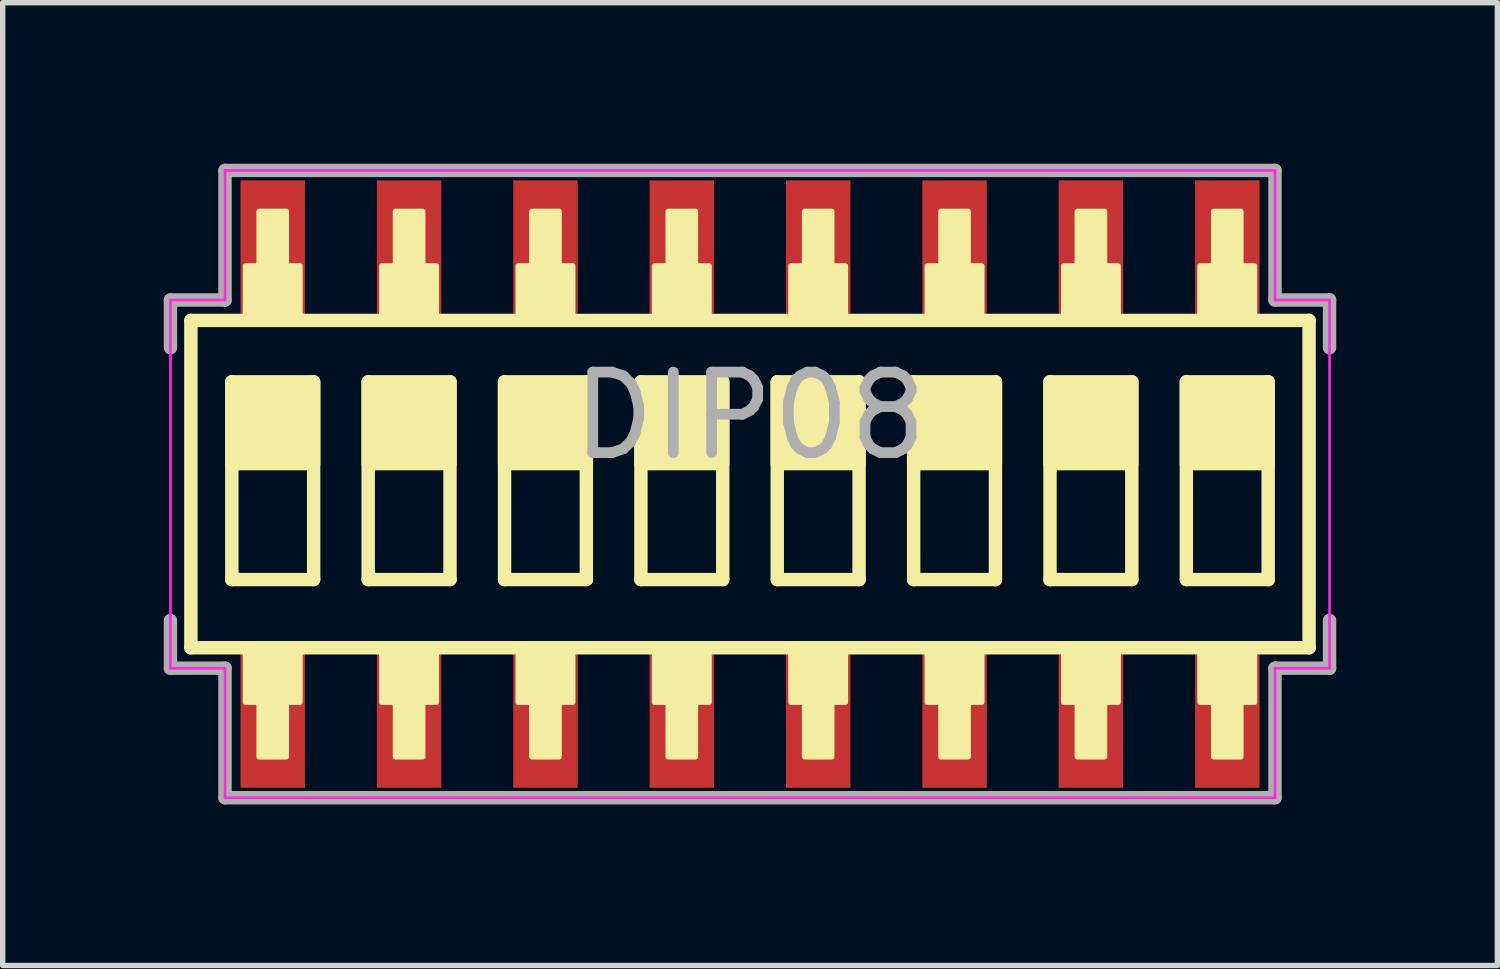
<source format=kicad_pcb>
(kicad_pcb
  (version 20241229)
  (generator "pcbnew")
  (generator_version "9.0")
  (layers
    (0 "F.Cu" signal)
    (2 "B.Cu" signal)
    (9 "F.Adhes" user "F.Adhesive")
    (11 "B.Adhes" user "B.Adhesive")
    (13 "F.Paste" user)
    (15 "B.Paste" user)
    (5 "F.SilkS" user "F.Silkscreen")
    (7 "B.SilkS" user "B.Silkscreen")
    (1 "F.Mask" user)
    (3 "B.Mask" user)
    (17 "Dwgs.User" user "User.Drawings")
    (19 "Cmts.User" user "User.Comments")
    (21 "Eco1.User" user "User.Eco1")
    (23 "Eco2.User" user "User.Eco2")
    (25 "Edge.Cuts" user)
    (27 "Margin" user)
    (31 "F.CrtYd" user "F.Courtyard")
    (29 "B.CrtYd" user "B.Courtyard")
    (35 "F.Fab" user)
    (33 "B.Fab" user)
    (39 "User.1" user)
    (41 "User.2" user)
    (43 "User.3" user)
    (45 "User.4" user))
  (footprint "DIP08"
    (layer "F.Cu")
    (at 10.92 5.967)
    (property "Reference" "DIP08" (at 0 -1.27 180) (layer "F.Fab") (effects (font (size 1.5 1.5) (thickness 0.2))))
    (attr through_hole)
    (fp_line (start -10.414 -3.048) (end -10.414 3.048) (stroke (width 0.25) (type solid)) (layer "F.SilkS"))
    (fp_line (start -10.414 3.048) (end 10.414 3.048) (stroke (width 0.25) (type solid)) (layer "F.SilkS"))
    (fp_line (start -9.652 1.778) (end -9.652 -1.905) (stroke (width 0.25) (type solid)) (layer "F.SilkS"))
    (fp_line (start -9.652 1.778) (end -8.128 1.778) (stroke (width 0.25) (type solid)) (layer "F.SilkS"))
    (fp_line (start -8.128 -1.905) (end -8.128 1.778) (stroke (width 0.25) (type solid)) (layer "F.SilkS"))
    (fp_line (start -7.112 1.778) (end -7.112 -1.905) (stroke (width 0.25) (type solid)) (layer "F.SilkS"))
    (fp_line (start -7.112 1.778) (end -5.588 1.778) (stroke (width 0.25) (type solid)) (layer "F.SilkS"))
    (fp_line (start -5.588 -1.905) (end -5.588 1.778) (stroke (width 0.25) (type solid)) (layer "F.SilkS"))
    (fp_line (start -4.572 1.778) (end -4.572 -1.905) (stroke (width 0.25) (type solid)) (layer "F.SilkS"))
    (fp_line (start -4.572 1.778) (end -3.048 1.778) (stroke (width 0.25) (type solid)) (layer "F.SilkS"))
    (fp_line (start -3.048 -1.905) (end -3.048 1.778) (stroke (width 0.25) (type solid)) (layer "F.SilkS"))
    (fp_line (start -2.032 1.778) (end -2.032 -1.905) (stroke (width 0.25) (type solid)) (layer "F.SilkS"))
    (fp_line (start -2.032 1.778) (end -0.508 1.778) (stroke (width 0.25) (type solid)) (layer "F.SilkS"))
    (fp_line (start -0.508 -1.905) (end -0.508 1.778) (stroke (width 0.25) (type solid)) (layer "F.SilkS"))
    (fp_line (start 0.508 1.778) (end 0.508 -1.905) (stroke (width 0.25) (type solid)) (layer "F.SilkS"))
    (fp_line (start 0.508 1.778) (end 2.032 1.778) (stroke (width 0.25) (type solid)) (layer "F.SilkS"))
    (fp_line (start 2.032 -1.905) (end 2.032 1.778) (stroke (width 0.25) (type solid)) (layer "F.SilkS"))
    (fp_line (start 3.048 1.778) (end 3.048 -1.905) (stroke (width 0.25) (type solid)) (layer "F.SilkS"))
    (fp_line (start 3.048 1.778) (end 4.572 1.778) (stroke (width 0.25) (type solid)) (layer "F.SilkS"))
    (fp_line (start 4.572 -1.905) (end 4.572 1.778) (stroke (width 0.25) (type solid)) (layer "F.SilkS"))
    (fp_line (start 5.588 1.778) (end 5.588 -1.905) (stroke (width 0.25) (type solid)) (layer "F.SilkS"))
    (fp_line (start 5.588 1.778) (end 7.112 1.778) (stroke (width 0.25) (type solid)) (layer "F.SilkS"))
    (fp_line (start 7.112 -1.905) (end 7.112 1.778) (stroke (width 0.25) (type solid)) (layer "F.SilkS"))
    (fp_line (start 8.128 1.778) (end 8.128 -1.905) (stroke (width 0.25) (type solid)) (layer "F.SilkS"))
    (fp_line (start 8.128 1.778) (end 9.652 1.778) (stroke (width 0.25) (type solid)) (layer "F.SilkS"))
    (fp_line (start 9.652 -1.905) (end 9.652 1.778) (stroke (width 0.25) (type solid)) (layer "F.SilkS"))
    (fp_line (start 10.414 -3.048) (end -10.414 -3.048) (stroke (width 0.25) (type solid)) (layer "F.SilkS"))
    (fp_line (start 10.414 -3.048) (end 10.414 3.048) (stroke (width 0.25) (type solid)) (layer "F.SilkS"))
    (fp_poly (pts (xy -8.128 -0.381) (xy -9.652 -0.381) (xy -9.652 -1.905) (xy -8.128 -1.905)) (stroke (width 0.25) (type solid)) (fill yes) (layer "F.SilkS"))
    (fp_poly (pts (xy -5.588 -0.381) (xy -7.112 -0.381) (xy -7.112 -1.905) (xy -5.588 -1.905)) (stroke (width 0.25) (type solid)) (fill yes) (layer "F.SilkS"))
    (fp_poly (pts (xy -3.048 -0.381) (xy -4.572 -0.381) (xy -4.572 -1.905) (xy -3.048 -1.905)) (stroke (width 0.25) (type solid)) (fill yes) (layer "F.SilkS"))
    (fp_poly (pts (xy -0.508 -0.381) (xy -2.032 -0.381) (xy -2.032 -1.905) (xy -0.508 -1.905)) (stroke (width 0.25) (type solid)) (fill yes) (layer "F.SilkS"))
    (fp_poly (pts (xy 2.032 -0.381) (xy 0.508 -0.381) (xy 0.508 -1.905) (xy 2.032 -1.905)) (stroke (width 0.25) (type solid)) (fill yes) (layer "F.SilkS"))
    (fp_poly (pts (xy 4.572 -0.381) (xy 3.048 -0.381) (xy 3.048 -1.905) (xy 4.572 -1.905)) (stroke (width 0.25) (type solid)) (fill yes) (layer "F.SilkS"))
    (fp_poly (pts (xy 7.112 -0.381) (xy 5.588 -0.381) (xy 5.588 -1.905) (xy 7.112 -1.905)) (stroke (width 0.25) (type solid)) (fill yes) (layer "F.SilkS"))
    (fp_poly (pts (xy 9.652 -0.381) (xy 8.128 -0.381) (xy 8.128 -1.905) (xy 9.652 -1.905)) (stroke (width 0.25) (type solid)) (fill yes) (layer "F.SilkS"))
    (fp_poly (pts (xy -9.144 4.064) (xy -9.398 4.064) (xy -9.398 3.048) (xy -8.382 3.048) (xy -8.382 4.064) (xy -8.636 4.064) (xy -8.636 5.08) (xy -9.144 5.08)) (stroke (width 0.1) (type solid)) (fill yes) (layer "F.SilkS"))
    (fp_poly (pts (xy -8.636 -4.064) (xy -8.382 -4.064) (xy -8.382 -3.048) (xy -9.398 -3.048) (xy -9.398 -4.064) (xy -9.144 -4.064) (xy -9.144 -5.08) (xy -8.636 -5.08)) (stroke (width 0.1) (type solid)) (fill yes) (layer "F.SilkS"))
    (fp_poly (pts (xy -6.604 4.064) (xy -6.858 4.064) (xy -6.858 3.048) (xy -5.842 3.048) (xy -5.842 4.064) (xy -6.096 4.064) (xy -6.096 5.08) (xy -6.604 5.08)) (stroke (width 0.1) (type solid)) (fill yes) (layer "F.SilkS"))
    (fp_poly (pts (xy -6.096 -4.064) (xy -5.842 -4.064) (xy -5.842 -3.048) (xy -6.858 -3.048) (xy -6.858 -4.064) (xy -6.604 -4.064) (xy -6.604 -5.08) (xy -6.096 -5.08)) (stroke (width 0.1) (type solid)) (fill yes) (layer "F.SilkS"))
    (fp_poly (pts (xy -4.064 4.064) (xy -4.318 4.064) (xy -4.318 3.048) (xy -3.302 3.048) (xy -3.302 4.064) (xy -3.556 4.064) (xy -3.556 5.08) (xy -4.064 5.08)) (stroke (width 0.1) (type solid)) (fill yes) (layer "F.SilkS"))
    (fp_poly (pts (xy -3.556 -4.064) (xy -3.302 -4.064) (xy -3.302 -3.048) (xy -4.318 -3.048) (xy -4.318 -4.064) (xy -4.064 -4.064) (xy -4.064 -5.08) (xy -3.556 -5.08)) (stroke (width 0.1) (type solid)) (fill yes) (layer "F.SilkS"))
    (fp_poly (pts (xy -1.524 4.064) (xy -1.778 4.064) (xy -1.778 3.048) (xy -0.762 3.048) (xy -0.762 4.064) (xy -1.016 4.064) (xy -1.016 5.08) (xy -1.524 5.08)) (stroke (width 0.1) (type solid)) (fill yes) (layer "F.SilkS"))
    (fp_poly (pts (xy -1.016 -4.064) (xy -0.762 -4.064) (xy -0.762 -3.048) (xy -1.778 -3.048) (xy -1.778 -4.064) (xy -1.524 -4.064) (xy -1.524 -5.08) (xy -1.016 -5.08)) (stroke (width 0.1) (type solid)) (fill yes) (layer "F.SilkS"))
    (fp_poly (pts (xy 1.016 4.064) (xy 0.762 4.064) (xy 0.762 3.048) (xy 1.778 3.048) (xy 1.778 4.064) (xy 1.524 4.064) (xy 1.524 5.08) (xy 1.016 5.08)) (stroke (width 0.1) (type solid)) (fill yes) (layer "F.SilkS"))
    (fp_poly (pts (xy 1.524 -4.064) (xy 1.778 -4.064) (xy 1.778 -3.048) (xy 0.762 -3.048) (xy 0.762 -4.064) (xy 1.016 -4.064) (xy 1.016 -5.08) (xy 1.524 -5.08)) (stroke (width 0.1) (type solid)) (fill yes) (layer "F.SilkS"))
    (fp_poly (pts (xy 3.556 4.064) (xy 3.302 4.064) (xy 3.302 3.048) (xy 4.318 3.048) (xy 4.318 4.064) (xy 4.064 4.064) (xy 4.064 5.08) (xy 3.556 5.08)) (stroke (width 0.1) (type solid)) (fill yes) (layer "F.SilkS"))
    (fp_poly (pts (xy 4.064 -4.064) (xy 4.318 -4.064) (xy 4.318 -3.048) (xy 3.302 -3.048) (xy 3.302 -4.064) (xy 3.556 -4.064) (xy 3.556 -5.08) (xy 4.064 -5.08)) (stroke (width 0.1) (type solid)) (fill yes) (layer "F.SilkS"))
    (fp_poly (pts (xy 6.096 4.064) (xy 5.842 4.064) (xy 5.842 3.048) (xy 6.858 3.048) (xy 6.858 4.064) (xy 6.604 4.064) (xy 6.604 5.08) (xy 6.096 5.08)) (stroke (width 0.1) (type solid)) (fill yes) (layer "F.SilkS"))
    (fp_poly (pts (xy 6.604 -4.064) (xy 6.858 -4.064) (xy 6.858 -3.048) (xy 5.842 -3.048) (xy 5.842 -4.064) (xy 6.096 -4.064) (xy 6.096 -5.08) (xy 6.604 -5.08)) (stroke (width 0.1) (type solid)) (fill yes) (layer "F.SilkS"))
    (fp_poly (pts (xy 8.636 4.064) (xy 8.382 4.064) (xy 8.382 3.048) (xy 9.398 3.048) (xy 9.398 4.064) (xy 9.144 4.064) (xy 9.144 5.08) (xy 8.636 5.08)) (stroke (width 0.1) (type solid)) (fill yes) (layer "F.SilkS"))
    (fp_poly (pts (xy 9.144 -4.064) (xy 9.398 -4.064) (xy 9.398 -3.048) (xy 8.382 -3.048) (xy 8.382 -4.064) (xy 8.636 -4.064) (xy 8.636 -5.08) (xy 9.144 -5.08)) (stroke (width 0.1) (type solid)) (fill yes) (layer "F.SilkS"))
    (fp_line (start -10.795 3.429) (end -10.795 -3.429) (stroke (width 0.05) (type solid)) (layer "F.CrtYd"))
    (fp_line (start -9.779 -3.429) (end -10.795 -3.429) (stroke (width 0.05) (type solid)) (layer "F.CrtYd"))
    (fp_line (start -9.779 -3.429) (end -9.779 -5.842) (stroke (width 0.05) (type solid)) (layer "F.CrtYd"))
    (fp_line (start -9.779 3.429) (end -10.795 3.429) (stroke (width 0.05) (type solid)) (layer "F.CrtYd"))
    (fp_line (start -9.779 5.842) (end -9.779 3.429) (stroke (width 0.05) (type solid)) (layer "F.CrtYd"))
    (fp_line (start 9.779 -5.842) (end -9.779 -5.842) (stroke (width 0.05) (type solid)) (layer "F.CrtYd"))
    (fp_line (start 9.779 -3.429) (end 9.779 -5.842) (stroke (width 0.05) (type solid)) (layer "F.CrtYd"))
    (fp_line (start 9.779 5.842) (end -9.779 5.842) (stroke (width 0.05) (type solid)) (layer "F.CrtYd"))
    (fp_line (start 9.779 5.842) (end 9.779 3.429) (stroke (width 0.05) (type solid)) (layer "F.CrtYd"))
    (fp_line (start 10.795 -3.429) (end 9.779 -3.429) (stroke (width 0.05) (type solid)) (layer "F.CrtYd"))
    (fp_line (start 10.795 3.429) (end 9.779 3.429) (stroke (width 0.05) (type solid)) (layer "F.CrtYd"))
    (fp_line (start 10.795 3.429) (end 10.795 -3.429) (stroke (width 0.05) (type solid)) (layer "F.CrtYd"))
    (fp_line (start -10.795 -3.429) (end -10.795 -2.54) (stroke (width 0.25) (type solid)) (layer "F.Fab"))
    (fp_line (start -10.795 2.54) (end -10.795 3.429) (stroke (width 0.25) (type solid)) (layer "F.Fab"))
    (fp_line (start -9.779 -5.842) (end -9.779 -3.429) (stroke (width 0.25) (type solid)) (layer "F.Fab"))
    (fp_line (start -9.779 -5.842) (end 9.779 -5.842) (stroke (width 0.25) (type solid)) (layer "F.Fab"))
    (fp_line (start -9.779 -3.429) (end -10.795 -3.429) (stroke (width 0.25) (type solid)) (layer "F.Fab"))
    (fp_line (start -9.779 3.429) (end -10.795 3.429) (stroke (width 0.25) (type solid)) (layer "F.Fab"))
    (fp_line (start -9.779 3.429) (end -9.779 5.842) (stroke (width 0.25) (type solid)) (layer "F.Fab"))
    (fp_line (start -9.779 5.842) (end 9.779 5.842) (stroke (width 0.25) (type solid)) (layer "F.Fab"))
    (fp_line (start 9.779 -5.842) (end 9.779 -3.429) (stroke (width 0.25) (type solid)) (layer "F.Fab"))
    (fp_line (start 9.779 3.429) (end 9.779 5.842) (stroke (width 0.25) (type solid)) (layer "F.Fab"))
    (fp_line (start 10.795 -3.429) (end 9.779 -3.429) (stroke (width 0.25) (type solid)) (layer "F.Fab"))
    (fp_line (start 10.795 -3.429) (end 10.795 -2.54) (stroke (width 0.25) (type solid)) (layer "F.Fab"))
    (fp_line (start 10.795 2.54) (end 10.795 3.429) (stroke (width 0.25) (type solid)) (layer "F.Fab"))
    (fp_line (start 10.795 3.429) (end 9.779 3.429) (stroke (width 0.25) (type solid)) (layer "F.Fab"))
    (pad "1" smd rect (at -8.89 4.407) (size 1.2 2.5) (layers "F.Cu" "F.Mask" "F.Paste"))
    (pad "2" smd rect (at -8.89 -4.407) (size 1.2 2.5) (layers "F.Cu" "F.Mask" "F.Paste"))
    (pad "3" smd rect (at -6.35 4.407) (size 1.2 2.5) (layers "F.Cu" "F.Mask" "F.Paste"))
    (pad "4" smd rect (at -6.35 -4.407) (size 1.2 2.5) (layers "F.Cu" "F.Mask" "F.Paste"))
    (pad "5" smd rect (at -3.81 4.407) (size 1.2 2.5) (layers "F.Cu" "F.Mask" "F.Paste"))
    (pad "6" smd rect (at -3.81 -4.407) (size 1.2 2.5) (layers "F.Cu" "F.Mask" "F.Paste"))
    (pad "7" smd rect (at -1.27 4.407) (size 1.2 2.5) (layers "F.Cu" "F.Mask" "F.Paste"))
    (pad "8" smd rect (at -1.27 -4.407) (size 1.2 2.5) (layers "F.Cu" "F.Mask" "F.Paste"))
    (pad "9" smd rect (at 1.27 4.407) (size 1.2 2.5) (layers "F.Cu" "F.Mask" "F.Paste"))
    (pad "10" smd rect (at 1.27 -4.407) (size 1.2 2.5) (layers "F.Cu" "F.Mask" "F.Paste"))
    (pad "11" smd rect (at 3.81 4.407) (size 1.2 2.5) (layers "F.Cu" "F.Mask" "F.Paste"))
    (pad "12" smd rect (at 3.81 -4.407) (size 1.2 2.5) (layers "F.Cu" "F.Mask" "F.Paste"))
    (pad "13" smd rect (at 6.35 4.407) (size 1.2 2.5) (layers "F.Cu" "F.Mask" "F.Paste"))
    (pad "14" smd rect (at 6.35 -4.407) (size 1.2 2.5) (layers "F.Cu" "F.Mask" "F.Paste"))
    (pad "15" smd rect (at 8.89 4.407) (size 1.2 2.5) (layers "F.Cu" "F.Mask" "F.Paste"))
    (pad "16" smd rect (at 8.89 -4.407) (size 1.2 2.5) (layers "F.Cu" "F.Mask" "F.Paste")))
  (gr_rect
    (start -3 -3)
    (end 24.84 14.934)
    (stroke (width 0.1) (type default))
    (fill no)
    (layer "Edge.Cuts")))
</source>
